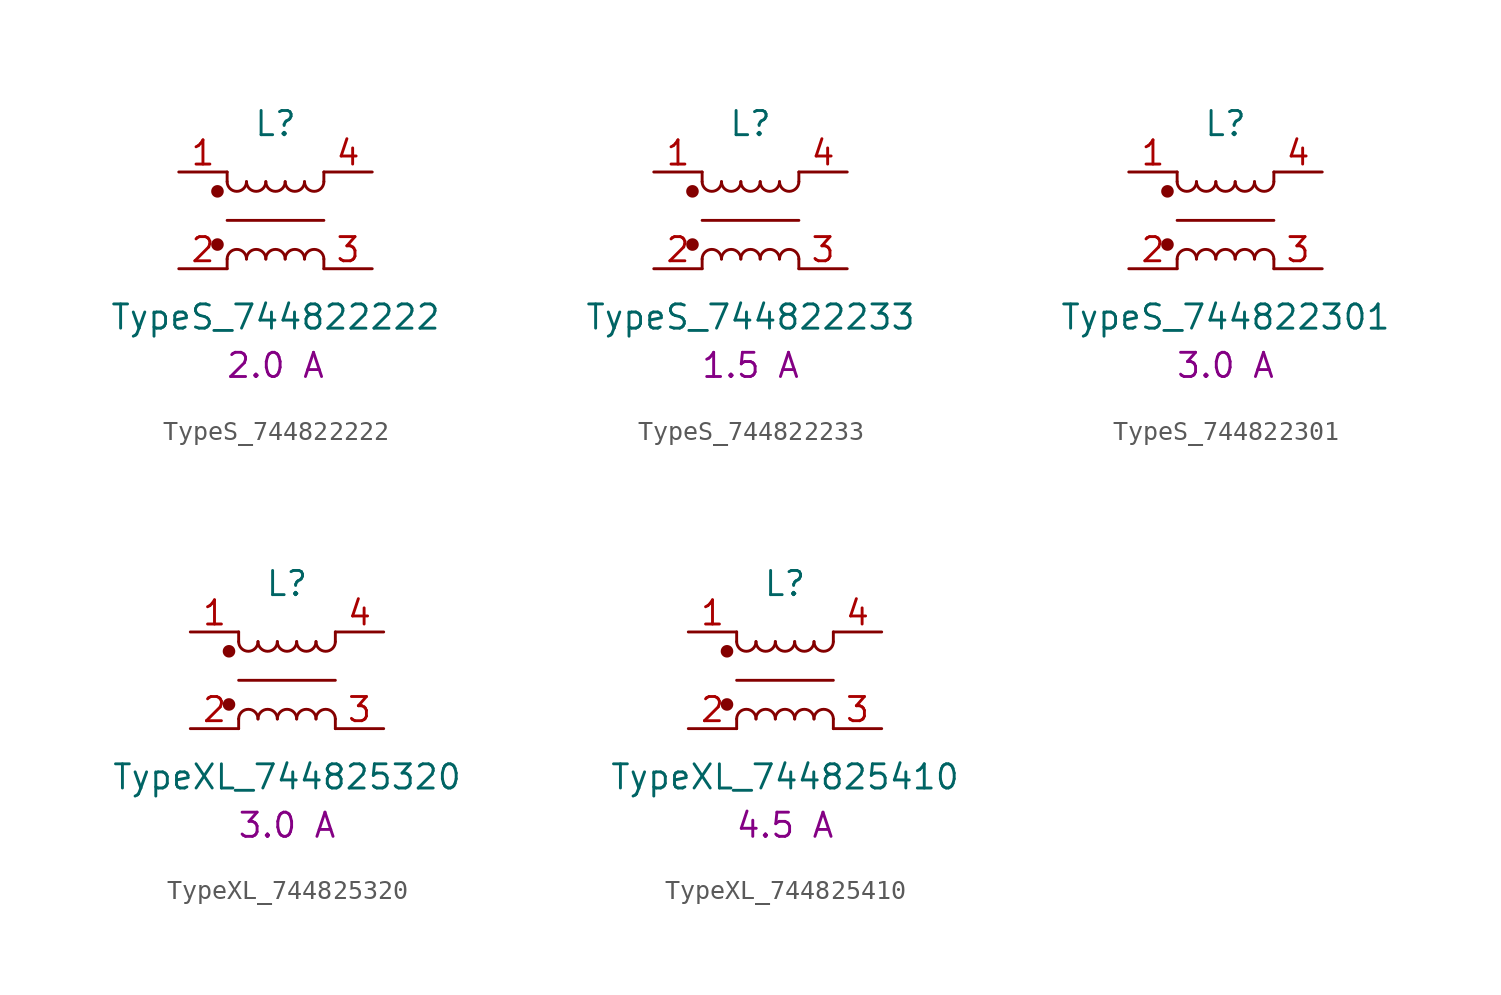
<source format=kicad_sym>
(kicad_symbol_lib
  (version 20220914)
  (generator kicad_symbol_editor)
  (symbol "TypeS_744822222"
    (pin_names hide)
    (property "Reference" "L"
      (at 0 5.08 0)
      (effects (font (size 1.27 1.27))))
    (property "Value" "TypeS_744822222"
      (at 0 -5.08 0)
      (effects (font (size 1.27 1.27))))
    (property "Critical Parameter" "2.0 A"
      (at 0 -7.62 0)
      (effects (font (size 1.27 1.27))))
    (symbol "TypeS_744822222_0_1"
      (circle (center -3.048 -1.27) (radius 0.254) (stroke (width 0) (type default)) (fill (type outline)))
      (circle (center -3.048 1.524) (radius 0.254) (stroke (width 0) (type default)) (fill (type outline)))
      (arc (start -2.54 2.032) (mid -2.032 1.5262) (end -1.524 2.032) (stroke (width 0) (type default)) (fill (type none)))
      (arc (start -1.524 -2.032) (mid -2.032 -1.5262) (end -2.54 -2.032) (stroke (width 0) (type default)) (fill (type none)))
      (arc (start -1.524 2.032) (mid -1.016 1.5262) (end -0.508 2.032) (stroke (width 0) (type default)) (fill (type none)))
      (arc (start -0.508 -2.032) (mid -1.016 -1.5262) (end -1.524 -2.032) (stroke (width 0) (type default)) (fill (type none)))
      (arc (start -0.508 2.032) (mid 0 1.5262) (end 0.508 2.032) (stroke (width 0) (type default)) (fill (type none)))
      (polyline (pts (xy -2.54 -2.032) (xy -2.54 -2.54)) (stroke (width 0) (type default)) (fill (type none)))
      (polyline (pts (xy -2.54 2.032) (xy -2.54 2.54)) (stroke (width 0) (type default)) (fill (type none)))
      (polyline (pts (xy 2.54 -2.032) (xy 2.54 -2.54)) (stroke (width 0) (type default)) (fill (type none)))
      (polyline (pts (xy 2.54 0) (xy -2.54 0)) (stroke (width 0) (type default)) (fill (type none)))
      (polyline (pts (xy 2.54 2.54) (xy 2.54 2.032)) (stroke (width 0) (type default)) (fill (type none)))
      (arc (start 0.508 -2.032) (mid 0 -1.5262) (end -0.508 -2.032) (stroke (width 0) (type default)) (fill (type none)))
      (arc (start 0.508 2.032) (mid 1.016 1.5262) (end 1.524 2.032) (stroke (width 0) (type default)) (fill (type none)))
      (arc (start 1.524 -2.032) (mid 1.016 -1.5262) (end 0.508 -2.032) (stroke (width 0) (type default)) (fill (type none)))
      (arc (start 1.524 2.032) (mid 2.032 1.5262) (end 2.54 2.032) (stroke (width 0) (type default)) (fill (type none)))
      (arc (start 2.54 -2.032) (mid 2.032 -1.5262) (end 1.524 -2.032) (stroke (width 0) (type default)) (fill (type none))))
    (symbol "TypeS_744822222_1_1"
      (pin passive line (at -5.08 2.54 0) (length 2.54) (name "1" (effects (font (size 1.27 1.27)))) (number "1" (effects (font (size 1.27 1.27)))))
      (pin passive line (at -5.08 -2.54 0) (length 2.54) (name "2" (effects (font (size 1.27 1.27)))) (number "2" (effects (font (size 1.27 1.27)))))
      (pin passive line (at 5.08 -2.54 180) (length 2.54) (name "3" (effects (font (size 1.27 1.27)))) (number "3" (effects (font (size 1.27 1.27)))))
      (pin passive line (at 5.08 2.54 180) (length 2.54) (name "4" (effects (font (size 1.27 1.27)))) (number "4" (effects (font (size 1.27 1.27)))))))
  (symbol "TypeS_744822233"
    (pin_names hide)
    (property "Reference" "L"
      (at 0 5.08 0)
      (effects (font (size 1.27 1.27))))
    (property "Value" "TypeS_744822233"
      (at 0 -5.08 0)
      (effects (font (size 1.27 1.27))))
    (property "Critical Parameter" "1.5 A"
      (at 0 -7.62 0)
      (effects (font (size 1.27 1.27))))
    (symbol "TypeS_744822233_0_1"
      (circle (center -3.048 -1.27) (radius 0.254) (stroke (width 0) (type default)) (fill (type outline)))
      (circle (center -3.048 1.524) (radius 0.254) (stroke (width 0) (type default)) (fill (type outline)))
      (arc (start -2.54 2.032) (mid -2.032 1.5262) (end -1.524 2.032) (stroke (width 0) (type default)) (fill (type none)))
      (arc (start -1.524 -2.032) (mid -2.032 -1.5262) (end -2.54 -2.032) (stroke (width 0) (type default)) (fill (type none)))
      (arc (start -1.524 2.032) (mid -1.016 1.5262) (end -0.508 2.032) (stroke (width 0) (type default)) (fill (type none)))
      (arc (start -0.508 -2.032) (mid -1.016 -1.5262) (end -1.524 -2.032) (stroke (width 0) (type default)) (fill (type none)))
      (arc (start -0.508 2.032) (mid 0 1.5262) (end 0.508 2.032) (stroke (width 0) (type default)) (fill (type none)))
      (polyline (pts (xy -2.54 -2.032) (xy -2.54 -2.54)) (stroke (width 0) (type default)) (fill (type none)))
      (polyline (pts (xy -2.54 2.032) (xy -2.54 2.54)) (stroke (width 0) (type default)) (fill (type none)))
      (polyline (pts (xy 2.54 -2.032) (xy 2.54 -2.54)) (stroke (width 0) (type default)) (fill (type none)))
      (polyline (pts (xy 2.54 0) (xy -2.54 0)) (stroke (width 0) (type default)) (fill (type none)))
      (polyline (pts (xy 2.54 2.54) (xy 2.54 2.032)) (stroke (width 0) (type default)) (fill (type none)))
      (arc (start 0.508 -2.032) (mid 0 -1.5262) (end -0.508 -2.032) (stroke (width 0) (type default)) (fill (type none)))
      (arc (start 0.508 2.032) (mid 1.016 1.5262) (end 1.524 2.032) (stroke (width 0) (type default)) (fill (type none)))
      (arc (start 1.524 -2.032) (mid 1.016 -1.5262) (end 0.508 -2.032) (stroke (width 0) (type default)) (fill (type none)))
      (arc (start 1.524 2.032) (mid 2.032 1.5262) (end 2.54 2.032) (stroke (width 0) (type default)) (fill (type none)))
      (arc (start 2.54 -2.032) (mid 2.032 -1.5262) (end 1.524 -2.032) (stroke (width 0) (type default)) (fill (type none))))
    (symbol "TypeS_744822233_1_1"
      (pin passive line (at -5.08 2.54 0) (length 2.54) (name "1" (effects (font (size 1.27 1.27)))) (number "1" (effects (font (size 1.27 1.27)))))
      (pin passive line (at -5.08 -2.54 0) (length 2.54) (name "2" (effects (font (size 1.27 1.27)))) (number "2" (effects (font (size 1.27 1.27)))))
      (pin passive line (at 5.08 -2.54 180) (length 2.54) (name "3" (effects (font (size 1.27 1.27)))) (number "3" (effects (font (size 1.27 1.27)))))
      (pin passive line (at 5.08 2.54 180) (length 2.54) (name "4" (effects (font (size 1.27 1.27)))) (number "4" (effects (font (size 1.27 1.27)))))))
  (symbol "TypeS_744822301"
    (pin_names hide)
    (property "Reference" "L"
      (at 0 5.08 0)
      (effects (font (size 1.27 1.27))))
    (property "Value" "TypeS_744822301"
      (at 0 -5.08 0)
      (effects (font (size 1.27 1.27))))
    (property "Critical Parameter" "3.0 A"
      (at 0 -7.62 0)
      (effects (font (size 1.27 1.27))))
    (symbol "TypeS_744822301_0_1"
      (circle (center -3.048 -1.27) (radius 0.254) (stroke (width 0) (type default)) (fill (type outline)))
      (circle (center -3.048 1.524) (radius 0.254) (stroke (width 0) (type default)) (fill (type outline)))
      (arc (start -2.54 2.032) (mid -2.032 1.5262) (end -1.524 2.032) (stroke (width 0) (type default)) (fill (type none)))
      (arc (start -1.524 -2.032) (mid -2.032 -1.5262) (end -2.54 -2.032) (stroke (width 0) (type default)) (fill (type none)))
      (arc (start -1.524 2.032) (mid -1.016 1.5262) (end -0.508 2.032) (stroke (width 0) (type default)) (fill (type none)))
      (arc (start -0.508 -2.032) (mid -1.016 -1.5262) (end -1.524 -2.032) (stroke (width 0) (type default)) (fill (type none)))
      (arc (start -0.508 2.032) (mid 0 1.5262) (end 0.508 2.032) (stroke (width 0) (type default)) (fill (type none)))
      (polyline (pts (xy -2.54 -2.032) (xy -2.54 -2.54)) (stroke (width 0) (type default)) (fill (type none)))
      (polyline (pts (xy -2.54 2.032) (xy -2.54 2.54)) (stroke (width 0) (type default)) (fill (type none)))
      (polyline (pts (xy 2.54 -2.032) (xy 2.54 -2.54)) (stroke (width 0) (type default)) (fill (type none)))
      (polyline (pts (xy 2.54 0) (xy -2.54 0)) (stroke (width 0) (type default)) (fill (type none)))
      (polyline (pts (xy 2.54 2.54) (xy 2.54 2.032)) (stroke (width 0) (type default)) (fill (type none)))
      (arc (start 0.508 -2.032) (mid 0 -1.5262) (end -0.508 -2.032) (stroke (width 0) (type default)) (fill (type none)))
      (arc (start 0.508 2.032) (mid 1.016 1.5262) (end 1.524 2.032) (stroke (width 0) (type default)) (fill (type none)))
      (arc (start 1.524 -2.032) (mid 1.016 -1.5262) (end 0.508 -2.032) (stroke (width 0) (type default)) (fill (type none)))
      (arc (start 1.524 2.032) (mid 2.032 1.5262) (end 2.54 2.032) (stroke (width 0) (type default)) (fill (type none)))
      (arc (start 2.54 -2.032) (mid 2.032 -1.5262) (end 1.524 -2.032) (stroke (width 0) (type default)) (fill (type none))))
    (symbol "TypeS_744822301_1_1"
      (pin passive line (at -5.08 2.54 0) (length 2.54) (name "1" (effects (font (size 1.27 1.27)))) (number "1" (effects (font (size 1.27 1.27)))))
      (pin passive line (at -5.08 -2.54 0) (length 2.54) (name "2" (effects (font (size 1.27 1.27)))) (number "2" (effects (font (size 1.27 1.27)))))
      (pin passive line (at 5.08 -2.54 180) (length 2.54) (name "3" (effects (font (size 1.27 1.27)))) (number "3" (effects (font (size 1.27 1.27)))))
      (pin passive line (at 5.08 2.54 180) (length 2.54) (name "4" (effects (font (size 1.27 1.27)))) (number "4" (effects (font (size 1.27 1.27)))))))
  (symbol "TypeXL_744825320"
    (pin_names hide)
    (property "Reference" "L"
      (at 0 5.08 0)
      (effects (font (size 1.27 1.27))))
    (property "Value" "TypeXL_744825320"
      (at 0 -5.08 0)
      (effects (font (size 1.27 1.27))))
    (property "Critical Parameter" "3.0 A"
      (at 0 -7.62 0)
      (effects (font (size 1.27 1.27))))
    (symbol "TypeXL_744825320_0_1"
      (circle (center -3.048 -1.27) (radius 0.254) (stroke (width 0) (type default)) (fill (type outline)))
      (circle (center -3.048 1.524) (radius 0.254) (stroke (width 0) (type default)) (fill (type outline)))
      (arc (start -2.54 2.032) (mid -2.032 1.5262) (end -1.524 2.032) (stroke (width 0) (type default)) (fill (type none)))
      (arc (start -1.524 -2.032) (mid -2.032 -1.5262) (end -2.54 -2.032) (stroke (width 0) (type default)) (fill (type none)))
      (arc (start -1.524 2.032) (mid -1.016 1.5262) (end -0.508 2.032) (stroke (width 0) (type default)) (fill (type none)))
      (arc (start -0.508 -2.032) (mid -1.016 -1.5262) (end -1.524 -2.032) (stroke (width 0) (type default)) (fill (type none)))
      (arc (start -0.508 2.032) (mid 0 1.5262) (end 0.508 2.032) (stroke (width 0) (type default)) (fill (type none)))
      (polyline (pts (xy -2.54 -2.032) (xy -2.54 -2.54)) (stroke (width 0) (type default)) (fill (type none)))
      (polyline (pts (xy -2.54 2.032) (xy -2.54 2.54)) (stroke (width 0) (type default)) (fill (type none)))
      (polyline (pts (xy 2.54 -2.032) (xy 2.54 -2.54)) (stroke (width 0) (type default)) (fill (type none)))
      (polyline (pts (xy 2.54 0) (xy -2.54 0)) (stroke (width 0) (type default)) (fill (type none)))
      (polyline (pts (xy 2.54 2.54) (xy 2.54 2.032)) (stroke (width 0) (type default)) (fill (type none)))
      (arc (start 0.508 -2.032) (mid 0 -1.5262) (end -0.508 -2.032) (stroke (width 0) (type default)) (fill (type none)))
      (arc (start 0.508 2.032) (mid 1.016 1.5262) (end 1.524 2.032) (stroke (width 0) (type default)) (fill (type none)))
      (arc (start 1.524 -2.032) (mid 1.016 -1.5262) (end 0.508 -2.032) (stroke (width 0) (type default)) (fill (type none)))
      (arc (start 1.524 2.032) (mid 2.032 1.5262) (end 2.54 2.032) (stroke (width 0) (type default)) (fill (type none)))
      (arc (start 2.54 -2.032) (mid 2.032 -1.5262) (end 1.524 -2.032) (stroke (width 0) (type default)) (fill (type none))))
    (symbol "TypeXL_744825320_1_1"
      (pin passive line (at -5.08 2.54 0) (length 2.54) (name "1" (effects (font (size 1.27 1.27)))) (number "1" (effects (font (size 1.27 1.27)))))
      (pin passive line (at -5.08 -2.54 0) (length 2.54) (name "2" (effects (font (size 1.27 1.27)))) (number "2" (effects (font (size 1.27 1.27)))))
      (pin passive line (at 5.08 -2.54 180) (length 2.54) (name "3" (effects (font (size 1.27 1.27)))) (number "3" (effects (font (size 1.27 1.27)))))
      (pin passive line (at 5.08 2.54 180) (length 2.54) (name "4" (effects (font (size 1.27 1.27)))) (number "4" (effects (font (size 1.27 1.27)))))))
  (symbol "TypeXL_744825410"
    (pin_names hide)
    (property "Reference" "L"
      (at 0 5.08 0)
      (effects (font (size 1.27 1.27))))
    (property "Value" "TypeXL_744825410"
      (at 0 -5.08 0)
      (effects (font (size 1.27 1.27))))
    (property "Critical Parameter" "4.5 A"
      (at 0 -7.62 0)
      (effects (font (size 1.27 1.27))))
    (symbol "TypeXL_744825410_0_1"
      (circle (center -3.048 -1.27) (radius 0.254) (stroke (width 0) (type default)) (fill (type outline)))
      (circle (center -3.048 1.524) (radius 0.254) (stroke (width 0) (type default)) (fill (type outline)))
      (arc (start -2.54 2.032) (mid -2.032 1.5262) (end -1.524 2.032) (stroke (width 0) (type default)) (fill (type none)))
      (arc (start -1.524 -2.032) (mid -2.032 -1.5262) (end -2.54 -2.032) (stroke (width 0) (type default)) (fill (type none)))
      (arc (start -1.524 2.032) (mid -1.016 1.5262) (end -0.508 2.032) (stroke (width 0) (type default)) (fill (type none)))
      (arc (start -0.508 -2.032) (mid -1.016 -1.5262) (end -1.524 -2.032) (stroke (width 0) (type default)) (fill (type none)))
      (arc (start -0.508 2.032) (mid 0 1.5262) (end 0.508 2.032) (stroke (width 0) (type default)) (fill (type none)))
      (polyline (pts (xy -2.54 -2.032) (xy -2.54 -2.54)) (stroke (width 0) (type default)) (fill (type none)))
      (polyline (pts (xy -2.54 2.032) (xy -2.54 2.54)) (stroke (width 0) (type default)) (fill (type none)))
      (polyline (pts (xy 2.54 -2.032) (xy 2.54 -2.54)) (stroke (width 0) (type default)) (fill (type none)))
      (polyline (pts (xy 2.54 0) (xy -2.54 0)) (stroke (width 0) (type default)) (fill (type none)))
      (polyline (pts (xy 2.54 2.54) (xy 2.54 2.032)) (stroke (width 0) (type default)) (fill (type none)))
      (arc (start 0.508 -2.032) (mid 0 -1.5262) (end -0.508 -2.032) (stroke (width 0) (type default)) (fill (type none)))
      (arc (start 0.508 2.032) (mid 1.016 1.5262) (end 1.524 2.032) (stroke (width 0) (type default)) (fill (type none)))
      (arc (start 1.524 -2.032) (mid 1.016 -1.5262) (end 0.508 -2.032) (stroke (width 0) (type default)) (fill (type none)))
      (arc (start 1.524 2.032) (mid 2.032 1.5262) (end 2.54 2.032) (stroke (width 0) (type default)) (fill (type none)))
      (arc (start 2.54 -2.032) (mid 2.032 -1.5262) (end 1.524 -2.032) (stroke (width 0) (type default)) (fill (type none))))
    (symbol "TypeXL_744825410_1_1"
      (pin passive line (at -5.08 2.54 0) (length 2.54) (name "1" (effects (font (size 1.27 1.27)))) (number "1" (effects (font (size 1.27 1.27)))))
      (pin passive line (at -5.08 -2.54 0) (length 2.54) (name "2" (effects (font (size 1.27 1.27)))) (number "2" (effects (font (size 1.27 1.27)))))
      (pin passive line (at 5.08 -2.54 180) (length 2.54) (name "3" (effects (font (size 1.27 1.27)))) (number "3" (effects (font (size 1.27 1.27)))))
      (pin passive line (at 5.08 2.54 180) (length 2.54) (name "4" (effects (font (size 1.27 1.27)))) (number "4" (effects (font (size 1.27 1.27))))))))
</source>
